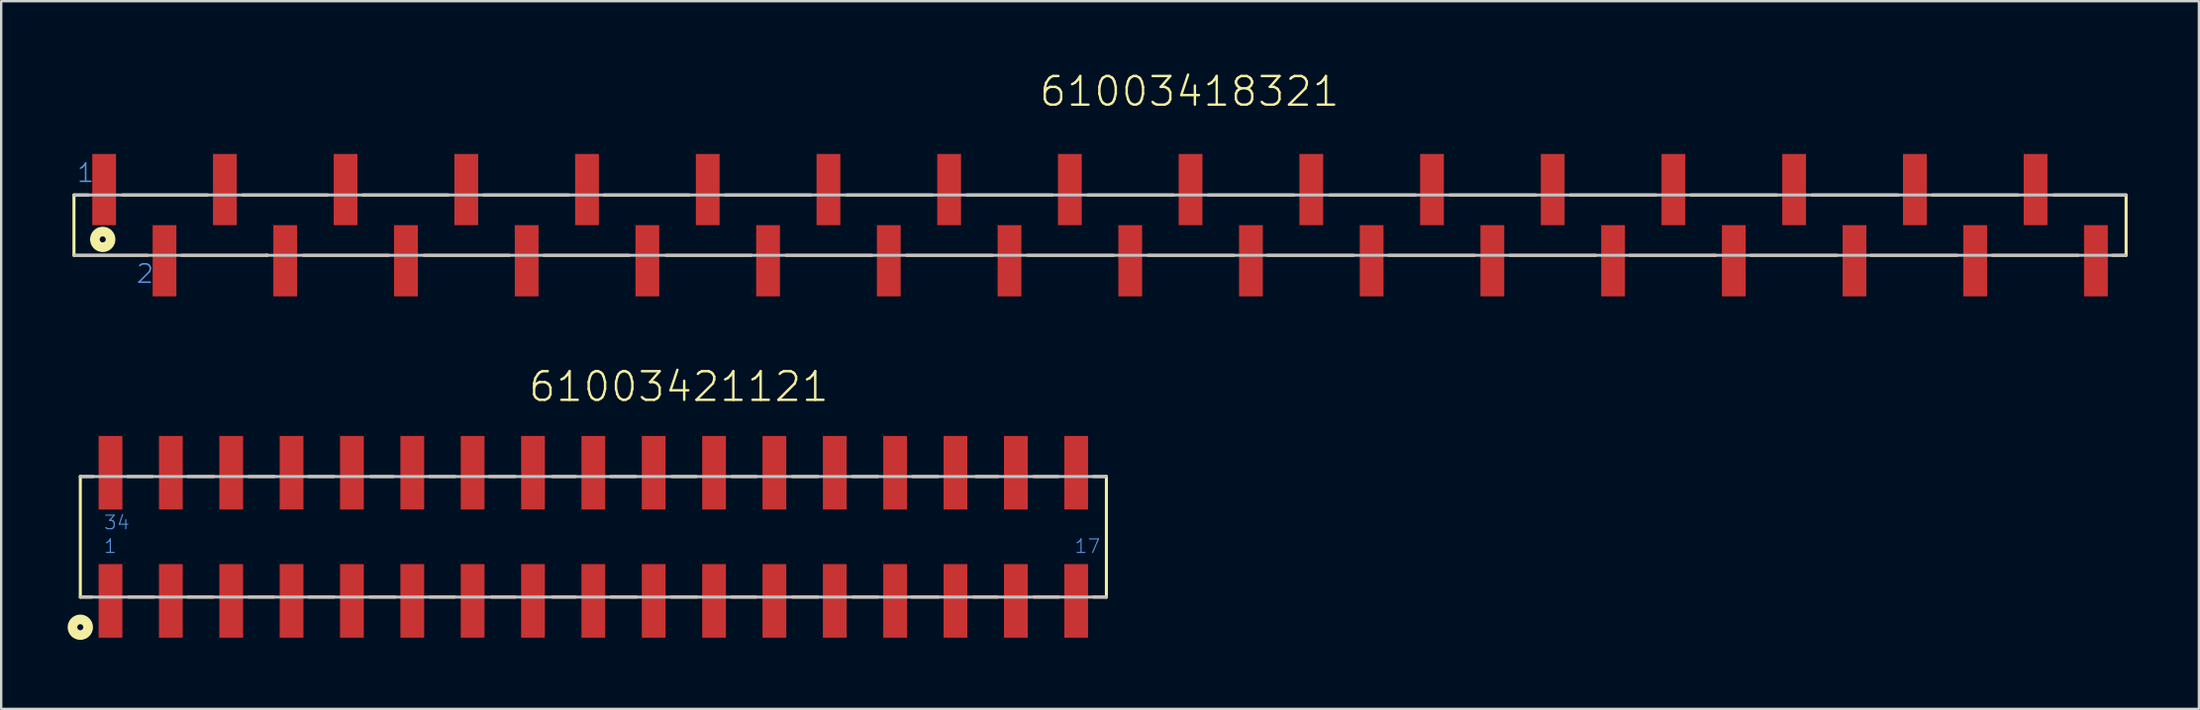
<source format=kicad_pcb>
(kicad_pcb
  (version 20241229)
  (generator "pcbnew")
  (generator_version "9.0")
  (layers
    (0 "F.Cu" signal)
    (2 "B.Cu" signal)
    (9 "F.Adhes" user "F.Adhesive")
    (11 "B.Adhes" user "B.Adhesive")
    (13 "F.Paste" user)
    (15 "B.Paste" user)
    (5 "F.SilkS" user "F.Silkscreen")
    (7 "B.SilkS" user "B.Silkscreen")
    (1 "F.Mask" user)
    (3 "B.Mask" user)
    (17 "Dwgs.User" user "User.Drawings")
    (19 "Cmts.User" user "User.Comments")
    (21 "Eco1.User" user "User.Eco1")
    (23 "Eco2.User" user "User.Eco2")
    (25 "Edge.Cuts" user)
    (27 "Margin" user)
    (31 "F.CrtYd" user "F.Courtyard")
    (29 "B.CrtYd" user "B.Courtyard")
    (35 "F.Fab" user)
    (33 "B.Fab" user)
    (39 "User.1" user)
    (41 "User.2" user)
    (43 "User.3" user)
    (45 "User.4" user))
  (footprint "61003418321"
    (layer "F.Cu")
    (at 43.243 6.437)
    (property "Reference" "61003418321" (at -2.622 -4.926 0) (layer "F.SilkS") (effects (font (size 1.206 1.206) (thickness 0.102)) (justify left bottom)))
    (attr through_hole)
    (fp_line (start -43.18 -1.27) (end -43.18 1.27) (stroke (width 0.127) (type solid)) (layer "F.SilkS"))
    (fp_line (start -42.57 -1.27) (end -43.18 -1.27) (stroke (width 0.127) (type solid)) (layer "F.SilkS"))
    (fp_line (start -41.15 -1.27) (end -37.56 -1.27) (stroke (width 0.127) (type solid)) (layer "F.SilkS"))
    (fp_line (start -40.08 1.27) (end -43.18 1.27) (stroke (width 0.127) (type solid)) (layer "F.SilkS"))
    (fp_line (start -38.65 1.27) (end -35.06 1.27) (stroke (width 0.127) (type solid)) (layer "F.SilkS"))
    (fp_line (start -36.09 -1.27) (end -32.5 -1.27) (stroke (width 0.127) (type solid)) (layer "F.SilkS"))
    (fp_line (start -35.06 1.27) (end -35.06 1.26) (stroke (width 0.127) (type solid)) (layer "F.SilkS"))
    (fp_line (start -33.53 1.27) (end -29.94 1.27) (stroke (width 0.127) (type solid)) (layer "F.SilkS"))
    (fp_line (start -31.02 -1.27) (end -27.43 -1.27) (stroke (width 0.127) (type solid)) (layer "F.SilkS"))
    (fp_line (start -28.45 1.27) (end -24.86 1.27) (stroke (width 0.127) (type solid)) (layer "F.SilkS"))
    (fp_line (start -25.95 -1.27) (end -22.36 -1.27) (stroke (width 0.127) (type solid)) (layer "F.SilkS"))
    (fp_line (start -23.41 1.27) (end -19.82 1.27) (stroke (width 0.127) (type solid)) (layer "F.SilkS"))
    (fp_line (start -20.88 -1.27) (end -17.29 -1.27) (stroke (width 0.127) (type solid)) (layer "F.SilkS"))
    (fp_line (start -18.27 1.27) (end -14.68 1.27) (stroke (width 0.127) (type solid)) (layer "F.SilkS"))
    (fp_line (start -15.78 -1.27) (end -12.16 -1.27) (stroke (width 0.127) (type solid)) (layer "F.SilkS"))
    (fp_line (start -13.22 1.27) (end -9.6 1.27) (stroke (width 0.127) (type solid)) (layer "F.SilkS"))
    (fp_line (start -10.67 -1.27) (end -7.05 -1.27) (stroke (width 0.127) (type solid)) (layer "F.SilkS"))
    (fp_line (start -8.15 1.27) (end -4.53 1.27) (stroke (width 0.127) (type solid)) (layer "F.SilkS"))
    (fp_line (start -5.62 -1.27) (end -2 -1.27) (stroke (width 0.127) (type solid)) (layer "F.SilkS"))
    (fp_line (start -3.05 1.27) (end 0.57 1.27) (stroke (width 0.127) (type solid)) (layer "F.SilkS"))
    (fp_line (start -0.52 -1.27) (end 3.1 -1.27) (stroke (width 0.127) (type solid)) (layer "F.SilkS"))
    (fp_line (start 2.02 1.27) (end 5.64 1.27) (stroke (width 0.127) (type solid)) (layer "F.SilkS"))
    (fp_line (start 4.55 -1.27) (end 8.17 -1.27) (stroke (width 0.127) (type solid)) (layer "F.SilkS"))
    (fp_line (start 7.05 1.27) (end 10.67 1.27) (stroke (width 0.127) (type solid)) (layer "F.SilkS"))
    (fp_line (start 9.66 -1.27) (end 13.28 -1.27) (stroke (width 0.127) (type solid)) (layer "F.SilkS"))
    (fp_line (start 12.14 1.27) (end 15.76 1.27) (stroke (width 0.127) (type solid)) (layer "F.SilkS"))
    (fp_line (start 14.72 -1.27) (end 18.34 -1.27) (stroke (width 0.127) (type solid)) (layer "F.SilkS"))
    (fp_line (start 17.24 1.27) (end 20.86 1.27) (stroke (width 0.127) (type solid)) (layer "F.SilkS"))
    (fp_line (start 19.78 -1.27) (end 23.4 -1.27) (stroke (width 0.127) (type solid)) (layer "F.SilkS"))
    (fp_line (start 22.29 1.27) (end 25.91 1.27) (stroke (width 0.127) (type solid)) (layer "F.SilkS"))
    (fp_line (start 24.87 -1.27) (end 28.49 -1.27) (stroke (width 0.127) (type solid)) (layer "F.SilkS"))
    (fp_line (start 27.38 1.27) (end 31 1.27) (stroke (width 0.127) (type solid)) (layer "F.SilkS"))
    (fp_line (start 29.96 -1.27) (end 33.58 -1.27) (stroke (width 0.127) (type solid)) (layer "F.SilkS"))
    (fp_line (start 32.44 1.27) (end 36.06 1.27) (stroke (width 0.127) (type solid)) (layer "F.SilkS"))
    (fp_line (start 35.02 -1.27) (end 38.64 -1.27) (stroke (width 0.127) (type solid)) (layer "F.SilkS"))
    (fp_line (start 37.55 1.27) (end 41.17 1.27) (stroke (width 0.127) (type solid)) (layer "F.SilkS"))
    (fp_line (start 40.13 -1.27) (end 43.18 -1.27) (stroke (width 0.127) (type solid)) (layer "F.SilkS"))
    (fp_line (start 42.6 1.27) (end 43.18 1.27) (stroke (width 0.127) (type solid)) (layer "F.SilkS"))
    (fp_line (start 43.18 1.27) (end 43.18 -1.27) (stroke (width 0.127) (type solid)) (layer "F.SilkS"))
    (fp_circle (center -41.97 0.6) (end -41.843 0.6) (stroke (width 0.406) (type solid)) (fill no) (layer "F.SilkS"))
    (fp_line (start -43.18 1.27) (end 43.18 1.27) (stroke (width 0.127) (type solid)) (layer "Dwgs.User"))
    (fp_line (start 43.18 -1.27) (end -43.18 -1.27) (stroke (width 0.127) (type solid)) (layer "Dwgs.User"))
    (fp_text user "1" (at -43.1 -1.75 0) (layer "Cmts.User") (effects (font (size 0.772 0.772) (thickness 0.065)) (justify left bottom)))
    (fp_text user "2" (at -40.6 2.5 0) (layer "Cmts.User") (effects (font (size 0.772 0.772) (thickness 0.065)) (justify left bottom)))
    (pad "1" smd rect (at -41.91 -1.5) (size 1 3) (layers "F.Cu" "F.Mask" "F.Paste"))
    (pad "2" smd rect (at -39.37 1.5) (size 1 3) (layers "F.Cu" "F.Mask" "F.Paste"))
    (pad "3" smd rect (at -36.83 -1.5) (size 1 3) (layers "F.Cu" "F.Mask" "F.Paste"))
    (pad "4" smd rect (at -34.29 1.5) (size 1 3) (layers "F.Cu" "F.Mask" "F.Paste"))
    (pad "5" smd rect (at -31.75 -1.5) (size 1 3) (layers "F.Cu" "F.Mask" "F.Paste"))
    (pad "6" smd rect (at -29.21 1.5) (size 1 3) (layers "F.Cu" "F.Mask" "F.Paste"))
    (pad "7" smd rect (at -26.67 -1.5) (size 1 3) (layers "F.Cu" "F.Mask" "F.Paste"))
    (pad "8" smd rect (at -24.13 1.5) (size 1 3) (layers "F.Cu" "F.Mask" "F.Paste"))
    (pad "9" smd rect (at -21.59 -1.5) (size 1 3) (layers "F.Cu" "F.Mask" "F.Paste"))
    (pad "10" smd rect (at -19.05 1.5) (size 1 3) (layers "F.Cu" "F.Mask" "F.Paste"))
    (pad "11" smd rect (at -16.51 -1.5) (size 1 3) (layers "F.Cu" "F.Mask" "F.Paste"))
    (pad "12" smd rect (at -13.97 1.5) (size 1 3) (layers "F.Cu" "F.Mask" "F.Paste"))
    (pad "13" smd rect (at -11.43 -1.5) (size 1 3) (layers "F.Cu" "F.Mask" "F.Paste"))
    (pad "14" smd rect (at -8.89 1.5) (size 1 3) (layers "F.Cu" "F.Mask" "F.Paste"))
    (pad "15" smd rect (at -6.35 -1.5) (size 1 3) (layers "F.Cu" "F.Mask" "F.Paste"))
    (pad "16" smd rect (at -3.81 1.5) (size 1 3) (layers "F.Cu" "F.Mask" "F.Paste"))
    (pad "17" smd rect (at -1.27 -1.5) (size 1 3) (layers "F.Cu" "F.Mask" "F.Paste"))
    (pad "18" smd rect (at 1.27 1.5) (size 1 3) (layers "F.Cu" "F.Mask" "F.Paste"))
    (pad "19" smd rect (at 3.81 -1.5 180) (size 1 3) (layers "F.Cu" "F.Mask" "F.Paste"))
    (pad "20" smd rect (at 6.35 1.5 180) (size 1 3) (layers "F.Cu" "F.Mask" "F.Paste"))
    (pad "21" smd rect (at 8.89 -1.5 180) (size 1 3) (layers "F.Cu" "F.Mask" "F.Paste"))
    (pad "22" smd rect (at 11.43 1.5 180) (size 1 3) (layers "F.Cu" "F.Mask" "F.Paste"))
    (pad "23" smd rect (at 13.97 -1.5 180) (size 1 3) (layers "F.Cu" "F.Mask" "F.Paste"))
    (pad "24" smd rect (at 16.51 1.5 180) (size 1 3) (layers "F.Cu" "F.Mask" "F.Paste"))
    (pad "25" smd rect (at 19.05 -1.5 180) (size 1 3) (layers "F.Cu" "F.Mask" "F.Paste"))
    (pad "26" smd rect (at 21.59 1.5 180) (size 1 3) (layers "F.Cu" "F.Mask" "F.Paste"))
    (pad "27" smd rect (at 24.13 -1.5 180) (size 1 3) (layers "F.Cu" "F.Mask" "F.Paste"))
    (pad "28" smd rect (at 26.67 1.5 180) (size 1 3) (layers "F.Cu" "F.Mask" "F.Paste"))
    (pad "29" smd rect (at 29.21 -1.5 180) (size 1 3) (layers "F.Cu" "F.Mask" "F.Paste"))
    (pad "30" smd rect (at 31.75 1.5 180) (size 1 3) (layers "F.Cu" "F.Mask" "F.Paste"))
    (pad "31" smd rect (at 34.29 -1.5 180) (size 1 3) (layers "F.Cu" "F.Mask" "F.Paste"))
    (pad "32" smd rect (at 36.83 1.5 180) (size 1 3) (layers "F.Cu" "F.Mask" "F.Paste"))
    (pad "33" smd rect (at 39.37 -1.5 180) (size 1 3) (layers "F.Cu" "F.Mask" "F.Paste"))
    (pad "34" smd rect (at 41.91 1.5 180) (size 1 3) (layers "F.Cu" "F.Mask" "F.Paste")))
  (footprint "61003421121"
    (layer "F.Cu")
    (at 21.92 19.569)
    (property "Reference" "61003421121" (at -2.79 -5.62 0) (layer "F.SilkS") (effects (font (size 1.206 1.206) (thickness 0.102)) (justify left bottom)))
    (attr through_hole)
    (fp_line (start -21.59 -2.54) (end -21.59 2.54) (stroke (width 0.127) (type solid)) (layer "F.SilkS"))
    (fp_line (start -21.1 2.54) (end -21.59 2.54) (stroke (width 0.127) (type solid)) (layer "F.SilkS"))
    (fp_line (start -21.04 -2.54) (end -21.59 -2.54) (stroke (width 0.127) (type solid)) (layer "F.SilkS"))
    (fp_line (start -19.6 -2.54) (end -18.55 -2.54) (stroke (width 0.127) (type solid)) (layer "F.SilkS"))
    (fp_line (start -19.56 2.54) (end -18.5 2.54) (stroke (width 0.127) (type solid)) (layer "F.SilkS"))
    (fp_line (start -17.07 2.54) (end -16 2.54) (stroke (width 0.127) (type solid)) (layer "F.SilkS"))
    (fp_line (start -17.06 -2.54) (end -15.97 -2.54) (stroke (width 0.127) (type solid)) (layer "F.SilkS"))
    (fp_line (start -14.5 -2.54) (end -13.41 -2.54) (stroke (width 0.127) (type solid)) (layer "F.SilkS"))
    (fp_line (start -14.5 2.54) (end -13.45 2.54) (stroke (width 0.127) (type solid)) (layer "F.SilkS"))
    (fp_line (start -11.99 -2.54) (end -10.91 -2.54) (stroke (width 0.127) (type solid)) (layer "F.SilkS"))
    (fp_line (start -11.97 2.54) (end -10.91 2.54) (stroke (width 0.127) (type solid)) (layer "F.SilkS"))
    (fp_line (start -9.41 2.54) (end -8.33 2.54) (stroke (width 0.127) (type solid)) (layer "F.SilkS"))
    (fp_line (start -9.38 -2.54) (end -8.42 -2.54) (stroke (width 0.127) (type solid)) (layer "F.SilkS"))
    (fp_line (start -6.9 -2.54) (end -5.82 -2.54) (stroke (width 0.127) (type solid)) (layer "F.SilkS"))
    (fp_line (start -6.88 2.54) (end -5.83 2.54) (stroke (width 0.127) (type solid)) (layer "F.SilkS"))
    (fp_line (start -4.38 -2.54) (end -3.3 -2.54) (stroke (width 0.127) (type solid)) (layer "F.SilkS"))
    (fp_line (start -4.29 2.54) (end -3.29 2.54) (stroke (width 0.127) (type solid)) (layer "F.SilkS"))
    (fp_line (start -1.73 -2.54) (end -0.75 -2.54) (stroke (width 0.127) (type solid)) (layer "F.SilkS"))
    (fp_line (start -1.73 2.54) (end -0.75 2.54) (stroke (width 0.127) (type solid)) (layer "F.SilkS"))
    (fp_line (start 0.72 -2.54) (end 1.78 -2.54) (stroke (width 0.127) (type solid)) (layer "F.SilkS"))
    (fp_line (start 0.74 2.54) (end 1.82 2.54) (stroke (width 0.127) (type solid)) (layer "F.SilkS"))
    (fp_line (start 3.28 2.54) (end 4.36 2.54) (stroke (width 0.127) (type solid)) (layer "F.SilkS"))
    (fp_line (start 3.3 -2.54) (end 4.33 -2.54) (stroke (width 0.127) (type solid)) (layer "F.SilkS"))
    (fp_line (start 5.81 2.54) (end 6.85 2.54) (stroke (width 0.127) (type solid)) (layer "F.SilkS"))
    (fp_line (start 5.83 -2.54) (end 6.86 -2.54) (stroke (width 0.127) (type solid)) (layer "F.SilkS"))
    (fp_line (start 8.37 -2.54) (end 9.45 -2.54) (stroke (width 0.127) (type solid)) (layer "F.SilkS"))
    (fp_line (start 8.37 2.54) (end 9.45 2.54) (stroke (width 0.127) (type solid)) (layer "F.SilkS"))
    (fp_line (start 10.9 -2.54) (end 11.98 -2.54) (stroke (width 0.127) (type solid)) (layer "F.SilkS"))
    (fp_line (start 10.91 2.54) (end 11.98 2.54) (stroke (width 0.127) (type solid)) (layer "F.SilkS"))
    (fp_line (start 13.39 2.54) (end 14.53 2.54) (stroke (width 0.127) (type solid)) (layer "F.SilkS"))
    (fp_line (start 13.43 -2.54) (end 14.51 -2.54) (stroke (width 0.127) (type solid)) (layer "F.SilkS"))
    (fp_line (start 16 2.54) (end 17.01 2.54) (stroke (width 0.127) (type solid)) (layer "F.SilkS"))
    (fp_line (start 16.1 -2.54) (end 17.04 -2.54) (stroke (width 0.127) (type solid)) (layer "F.SilkS"))
    (fp_line (start 18.53 -2.54) (end 19.57 -2.54) (stroke (width 0.127) (type solid)) (layer "F.SilkS"))
    (fp_line (start 18.54 2.54) (end 19.59 2.54) (stroke (width 0.127) (type solid)) (layer "F.SilkS"))
    (fp_line (start 21.04 -2.54) (end 21.59 -2.54) (stroke (width 0.127) (type solid)) (layer "F.SilkS"))
    (fp_line (start 21.05 2.54) (end 21.59 2.54) (stroke (width 0.127) (type solid)) (layer "F.SilkS"))
    (fp_line (start 21.59 -2.54) (end 21.59 2.54) (stroke (width 0.127) (type solid)) (layer "F.SilkS"))
    (fp_circle (center -21.59 3.81) (end -21.463 3.81) (stroke (width 0.406) (type solid)) (fill no) (layer "F.SilkS"))
    (fp_line (start -21.59 2.54) (end 21.59 2.54) (stroke (width 0.127) (type solid)) (layer "Dwgs.User"))
    (fp_line (start 21.59 -2.54) (end -21.59 -2.54) (stroke (width 0.127) (type solid)) (layer "Dwgs.User"))
    (fp_text user "1" (at -20.63 0.73 0) (layer "Cmts.User") (effects (font (size 0.57 0.57) (thickness 0.048)) (justify left bottom)))
    (fp_text user "17" (at 20.22 0.73 0) (layer "Cmts.User") (effects (font (size 0.57 0.57) (thickness 0.048)) (justify left bottom)))
    (fp_text user "34" (at -20.63 -0.27 0) (layer "Cmts.User") (effects (font (size 0.57 0.57) (thickness 0.048)) (justify left bottom)))
    (pad "1" smd rect (at -20.32 2.7 90) (size 3.1 1) (layers "F.Cu" "F.Mask" "F.Paste"))
    (pad "2" smd rect (at -17.78 2.7 90) (size 3.1 1) (layers "F.Cu" "F.Mask" "F.Paste"))
    (pad "3" smd rect (at -15.24 2.7 90) (size 3.1 1) (layers "F.Cu" "F.Mask" "F.Paste"))
    (pad "4" smd rect (at -12.7 2.7 90) (size 3.1 1) (layers "F.Cu" "F.Mask" "F.Paste"))
    (pad "5" smd rect (at -10.16 2.7 90) (size 3.1 1) (layers "F.Cu" "F.Mask" "F.Paste"))
    (pad "6" smd rect (at -7.62 2.7 90) (size 3.1 1) (layers "F.Cu" "F.Mask" "F.Paste"))
    (pad "7" smd rect (at -5.08 2.7 90) (size 3.1 1) (layers "F.Cu" "F.Mask" "F.Paste"))
    (pad "8" smd rect (at -2.54 2.7 90) (size 3.1 1) (layers "F.Cu" "F.Mask" "F.Paste"))
    (pad "9" smd rect (at 0 2.7 90) (size 3.1 1) (layers "F.Cu" "F.Mask" "F.Paste"))
    (pad "10" smd rect (at 2.54 2.7 90) (size 3.1 1) (layers "F.Cu" "F.Mask" "F.Paste"))
    (pad "11" smd rect (at 5.08 2.7 90) (size 3.1 1) (layers "F.Cu" "F.Mask" "F.Paste"))
    (pad "12" smd rect (at 7.62 2.7 90) (size 3.1 1) (layers "F.Cu" "F.Mask" "F.Paste"))
    (pad "13" smd rect (at 10.16 2.7 90) (size 3.1 1) (layers "F.Cu" "F.Mask" "F.Paste"))
    (pad "14" smd rect (at 12.7 2.7 90) (size 3.1 1) (layers "F.Cu" "F.Mask" "F.Paste"))
    (pad "15" smd rect (at 15.24 2.7 90) (size 3.1 1) (layers "F.Cu" "F.Mask" "F.Paste"))
    (pad "16" smd rect (at 17.78 2.7 90) (size 3.1 1) (layers "F.Cu" "F.Mask" "F.Paste"))
    (pad "17" smd rect (at 20.32 2.7 90) (size 3.1 1) (layers "F.Cu" "F.Mask" "F.Paste"))
    (pad "18" smd rect (at 20.32 -2.7 90) (size 3.1 1) (layers "F.Cu" "F.Mask" "F.Paste"))
    (pad "19" smd rect (at 17.78 -2.7 90) (size 3.1 1) (layers "F.Cu" "F.Mask" "F.Paste"))
    (pad "20" smd rect (at 15.24 -2.7 90) (size 3.1 1) (layers "F.Cu" "F.Mask" "F.Paste"))
    (pad "21" smd rect (at 12.7 -2.7 90) (size 3.1 1) (layers "F.Cu" "F.Mask" "F.Paste"))
    (pad "22" smd rect (at 10.16 -2.7 90) (size 3.1 1) (layers "F.Cu" "F.Mask" "F.Paste"))
    (pad "23" smd rect (at 7.62 -2.7 90) (size 3.1 1) (layers "F.Cu" "F.Mask" "F.Paste"))
    (pad "24" smd rect (at 5.08 -2.7 90) (size 3.1 1) (layers "F.Cu" "F.Mask" "F.Paste"))
    (pad "25" smd rect (at 2.54 -2.7 90) (size 3.1 1) (layers "F.Cu" "F.Mask" "F.Paste"))
    (pad "26" smd rect (at 0 -2.7 90) (size 3.1 1) (layers "F.Cu" "F.Mask" "F.Paste"))
    (pad "27" smd rect (at -2.54 -2.7 90) (size 3.1 1) (layers "F.Cu" "F.Mask" "F.Paste"))
    (pad "28" smd rect (at -5.08 -2.7 90) (size 3.1 1) (layers "F.Cu" "F.Mask" "F.Paste"))
    (pad "29" smd rect (at -7.62 -2.7 90) (size 3.1 1) (layers "F.Cu" "F.Mask" "F.Paste"))
    (pad "30" smd rect (at -10.16 -2.7 90) (size 3.1 1) (layers "F.Cu" "F.Mask" "F.Paste"))
    (pad "31" smd rect (at -12.7 -2.7 90) (size 3.1 1) (layers "F.Cu" "F.Mask" "F.Paste"))
    (pad "32" smd rect (at -15.24 -2.7 90) (size 3.1 1) (layers "F.Cu" "F.Mask" "F.Paste"))
    (pad "33" smd rect (at -17.78 -2.7 90) (size 3.1 1) (layers "F.Cu" "F.Mask" "F.Paste"))
    (pad "34" smd rect (at -20.32 -2.7 90) (size 3.1 1) (layers "F.Cu" "F.Mask" "F.Paste")))
  (gr_rect
    (start -3 -3)
    (end 89.487 26.819)
    (stroke (width 0.1) (type default))
    (fill no)
    (layer "Edge.Cuts")))
</source>
